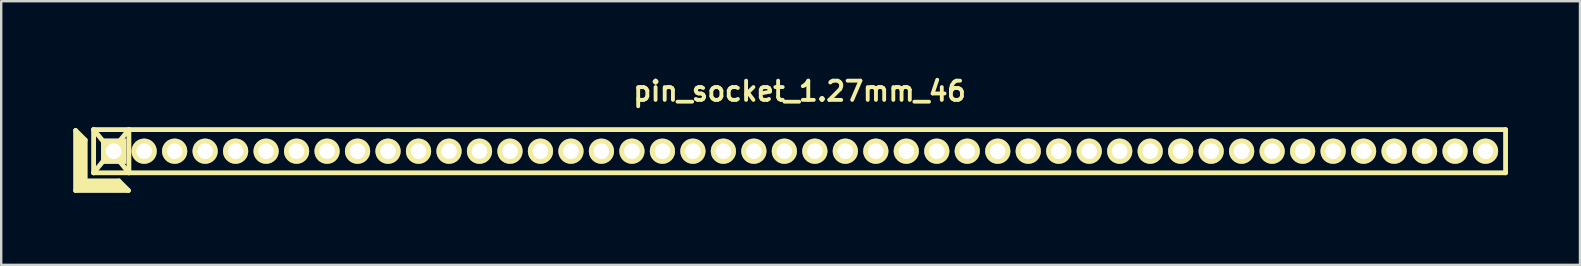
<source format=kicad_pcb>
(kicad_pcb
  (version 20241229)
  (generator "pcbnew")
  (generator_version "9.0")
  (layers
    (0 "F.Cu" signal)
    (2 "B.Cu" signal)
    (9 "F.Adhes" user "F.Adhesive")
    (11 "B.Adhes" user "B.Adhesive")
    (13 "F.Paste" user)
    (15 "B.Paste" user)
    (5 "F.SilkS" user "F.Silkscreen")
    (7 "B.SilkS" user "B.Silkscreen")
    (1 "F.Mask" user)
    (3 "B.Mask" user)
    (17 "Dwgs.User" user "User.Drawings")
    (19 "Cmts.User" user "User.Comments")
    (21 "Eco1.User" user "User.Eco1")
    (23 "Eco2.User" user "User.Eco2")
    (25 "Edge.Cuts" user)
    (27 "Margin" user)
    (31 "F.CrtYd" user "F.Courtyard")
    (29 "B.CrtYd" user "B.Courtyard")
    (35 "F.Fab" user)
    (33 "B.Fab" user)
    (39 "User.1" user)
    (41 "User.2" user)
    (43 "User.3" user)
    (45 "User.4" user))
  (footprint "pin_socket_1.27mm_46"
    (layer "F.Cu")
    (at 30.26 3.249)
    (property "Reference" "pin_socket_1.27mm_46" (at 0 -2.5 0) (layer "F.SilkS") (effects (font (size 0.8 0.8) (thickness 0.16))))
    (attr through_hole)
    (fp_line (start -30.16 -0.864) (end -30.16 1.636) (stroke (width 0.2) (type solid)) (layer "F.SilkS"))
    (fp_line (start -30.16 -0.864) (end -29.76 -0.464) (stroke (width 0.2) (type solid)) (layer "F.SilkS"))
    (fp_line (start -30.16 1.636) (end -27.96 1.636) (stroke (width 0.2) (type solid)) (layer "F.SilkS"))
    (fp_line (start -30.06 1.536) (end -30.06 -0.664) (stroke (width 0.2) (type solid)) (layer "F.SilkS"))
    (fp_line (start -30.06 1.536) (end -28.16 1.536) (stroke (width 0.2) (type solid)) (layer "F.SilkS"))
    (fp_line (start -29.96 1.436) (end -29.96 -0.564) (stroke (width 0.2) (type solid)) (layer "F.SilkS"))
    (fp_line (start -29.96 1.436) (end -28.26 1.436) (stroke (width 0.2) (type solid)) (layer "F.SilkS"))
    (fp_line (start -29.86 1.336) (end -29.86 -0.464) (stroke (width 0.2) (type solid)) (layer "F.SilkS"))
    (fp_line (start -29.86 1.336) (end -28.36 1.336) (stroke (width 0.2) (type solid)) (layer "F.SilkS"))
    (fp_line (start -29.76 1.236) (end -29.76 -0.464) (stroke (width 0.2) (type solid)) (layer "F.SilkS"))
    (fp_line (start -29.76 1.236) (end -28.36 1.236) (stroke (width 0.2) (type solid)) (layer "F.SilkS"))
    (fp_line (start -29.41 -0.9) (end -27.94 0.9) (stroke (width 0.2) (type solid)) (layer "F.SilkS"))
    (fp_line (start -29.41 -0.9) (end 29.41 -0.9) (stroke (width 0.2) (type solid)) (layer "F.SilkS"))
    (fp_line (start -29.41 0.9) (end -29.41 -0.9) (stroke (width 0.2) (type solid)) (layer "F.SilkS"))
    (fp_line (start -29.41 0.9) (end -27.94 -0.9) (stroke (width 0.2) (type solid)) (layer "F.SilkS"))
    (fp_line (start -28.36 1.236) (end -27.96 1.636) (stroke (width 0.2) (type solid)) (layer "F.SilkS"))
    (fp_line (start -27.94 -0.9) (end -27.94 0.9) (stroke (width 0.2) (type solid)) (layer "F.SilkS"))
    (fp_line (start 29.41 -0.9) (end 29.41 0.9) (stroke (width 0.2) (type solid)) (layer "F.SilkS"))
    (fp_line (start 29.41 0.9) (end -29.41 0.9) (stroke (width 0.2) (type solid)) (layer "F.SilkS"))
    (pad "1" thru_hole rect (at -28.575 0) (size 1.05 1.05) (drill 0.65) (layers "*.Cu" "*.Mask" "F.SilkS"))
    (pad "2" thru_hole oval (at -27.305 0) (size 1.05 1.05) (drill 0.65) (layers "*.Cu" "*.Mask" "F.SilkS"))
    (pad "3" thru_hole oval (at -26.035 0) (size 1.05 1.05) (drill 0.65) (layers "*.Cu" "*.Mask" "F.SilkS"))
    (pad "4" thru_hole oval (at -24.765 0) (size 1.05 1.05) (drill 0.65) (layers "*.Cu" "*.Mask" "F.SilkS"))
    (pad "5" thru_hole oval (at -23.495 0) (size 1.05 1.05) (drill 0.65) (layers "*.Cu" "*.Mask" "F.SilkS"))
    (pad "6" thru_hole oval (at -22.225 0) (size 1.05 1.05) (drill 0.65) (layers "*.Cu" "*.Mask" "F.SilkS"))
    (pad "7" thru_hole oval (at -20.955 0) (size 1.05 1.05) (drill 0.65) (layers "*.Cu" "*.Mask" "F.SilkS"))
    (pad "8" thru_hole oval (at -19.685 0) (size 1.05 1.05) (drill 0.65) (layers "*.Cu" "*.Mask" "F.SilkS"))
    (pad "9" thru_hole oval (at -18.415 0) (size 1.05 1.05) (drill 0.65) (layers "*.Cu" "*.Mask" "F.SilkS"))
    (pad "10" thru_hole oval (at -17.145 0) (size 1.05 1.05) (drill 0.65) (layers "*.Cu" "*.Mask" "F.SilkS"))
    (pad "11" thru_hole oval (at -15.875 0) (size 1.05 1.05) (drill 0.65) (layers "*.Cu" "*.Mask" "F.SilkS"))
    (pad "12" thru_hole oval (at -14.605 0) (size 1.05 1.05) (drill 0.65) (layers "*.Cu" "*.Mask" "F.SilkS"))
    (pad "13" thru_hole oval (at -13.335 0) (size 1.05 1.05) (drill 0.65) (layers "*.Cu" "*.Mask" "F.SilkS"))
    (pad "14" thru_hole oval (at -12.065 0) (size 1.05 1.05) (drill 0.65) (layers "*.Cu" "*.Mask" "F.SilkS"))
    (pad "15" thru_hole oval (at -10.795 0) (size 1.05 1.05) (drill 0.65) (layers "*.Cu" "*.Mask" "F.SilkS"))
    (pad "16" thru_hole oval (at -9.525 0) (size 1.05 1.05) (drill 0.65) (layers "*.Cu" "*.Mask" "F.SilkS"))
    (pad "17" thru_hole oval (at -8.255 0) (size 1.05 1.05) (drill 0.65) (layers "*.Cu" "*.Mask" "F.SilkS"))
    (pad "18" thru_hole oval (at -6.985 0) (size 1.05 1.05) (drill 0.65) (layers "*.Cu" "*.Mask" "F.SilkS"))
    (pad "19" thru_hole oval (at -5.715 0) (size 1.05 1.05) (drill 0.65) (layers "*.Cu" "*.Mask" "F.SilkS"))
    (pad "20" thru_hole oval (at -4.445 0) (size 1.05 1.05) (drill 0.65) (layers "*.Cu" "*.Mask" "F.SilkS"))
    (pad "21" thru_hole oval (at -3.175 0) (size 1.05 1.05) (drill 0.65) (layers "*.Cu" "*.Mask" "F.SilkS"))
    (pad "22" thru_hole oval (at -1.905 0) (size 1.05 1.05) (drill 0.65) (layers "*.Cu" "*.Mask" "F.SilkS"))
    (pad "23" thru_hole oval (at -0.635 0) (size 1.05 1.05) (drill 0.65) (layers "*.Cu" "*.Mask" "F.SilkS"))
    (pad "24" thru_hole oval (at 0.635 0) (size 1.05 1.05) (drill 0.65) (layers "*.Cu" "*.Mask" "F.SilkS"))
    (pad "25" thru_hole oval (at 1.905 0) (size 1.05 1.05) (drill 0.65) (layers "*.Cu" "*.Mask" "F.SilkS"))
    (pad "26" thru_hole oval (at 3.175 0) (size 1.05 1.05) (drill 0.65) (layers "*.Cu" "*.Mask" "F.SilkS"))
    (pad "27" thru_hole oval (at 4.445 0) (size 1.05 1.05) (drill 0.65) (layers "*.Cu" "*.Mask" "F.SilkS"))
    (pad "28" thru_hole oval (at 5.715 0) (size 1.05 1.05) (drill 0.65) (layers "*.Cu" "*.Mask" "F.SilkS"))
    (pad "29" thru_hole oval (at 6.985 0) (size 1.05 1.05) (drill 0.65) (layers "*.Cu" "*.Mask" "F.SilkS"))
    (pad "30" thru_hole oval (at 8.255 0) (size 1.05 1.05) (drill 0.65) (layers "*.Cu" "*.Mask" "F.SilkS"))
    (pad "31" thru_hole oval (at 9.525 0) (size 1.05 1.05) (drill 0.65) (layers "*.Cu" "*.Mask" "F.SilkS"))
    (pad "32" thru_hole oval (at 10.795 0) (size 1.05 1.05) (drill 0.65) (layers "*.Cu" "*.Mask" "F.SilkS"))
    (pad "33" thru_hole oval (at 12.065 0) (size 1.05 1.05) (drill 0.65) (layers "*.Cu" "*.Mask" "F.SilkS"))
    (pad "34" thru_hole oval (at 13.335 0) (size 1.05 1.05) (drill 0.65) (layers "*.Cu" "*.Mask" "F.SilkS"))
    (pad "35" thru_hole oval (at 14.605 0) (size 1.05 1.05) (drill 0.65) (layers "*.Cu" "*.Mask" "F.SilkS"))
    (pad "36" thru_hole oval (at 15.875 0) (size 1.05 1.05) (drill 0.65) (layers "*.Cu" "*.Mask" "F.SilkS"))
    (pad "37" thru_hole oval (at 17.145 0) (size 1.05 1.05) (drill 0.65) (layers "*.Cu" "*.Mask" "F.SilkS"))
    (pad "38" thru_hole oval (at 18.415 0) (size 1.05 1.05) (drill 0.65) (layers "*.Cu" "*.Mask" "F.SilkS"))
    (pad "39" thru_hole oval (at 19.685 0) (size 1.05 1.05) (drill 0.65) (layers "*.Cu" "*.Mask" "F.SilkS"))
    (pad "40" thru_hole oval (at 20.955 0) (size 1.05 1.05) (drill 0.65) (layers "*.Cu" "*.Mask" "F.SilkS"))
    (pad "41" thru_hole oval (at 22.225 0) (size 1.05 1.05) (drill 0.65) (layers "*.Cu" "*.Mask" "F.SilkS"))
    (pad "42" thru_hole oval (at 23.495 0) (size 1.05 1.05) (drill 0.65) (layers "*.Cu" "*.Mask" "F.SilkS"))
    (pad "43" thru_hole oval (at 24.765 0) (size 1.05 1.05) (drill 0.65) (layers "*.Cu" "*.Mask" "F.SilkS"))
    (pad "44" thru_hole oval (at 26.035 0) (size 1.05 1.05) (drill 0.65) (layers "*.Cu" "*.Mask" "F.SilkS"))
    (pad "45" thru_hole oval (at 27.305 0) (size 1.05 1.05) (drill 0.65) (layers "*.Cu" "*.Mask" "F.SilkS"))
    (pad "46" thru_hole oval (at 28.575 0) (size 1.05 1.05) (drill 0.65) (layers "*.Cu" "*.Mask" "F.SilkS")))
  (gr_rect
    (start -3 -3)
    (end 62.77 7.985)
    (stroke (width 0.1) (type default))
    (fill no)
    (layer "Edge.Cuts")))
</source>
